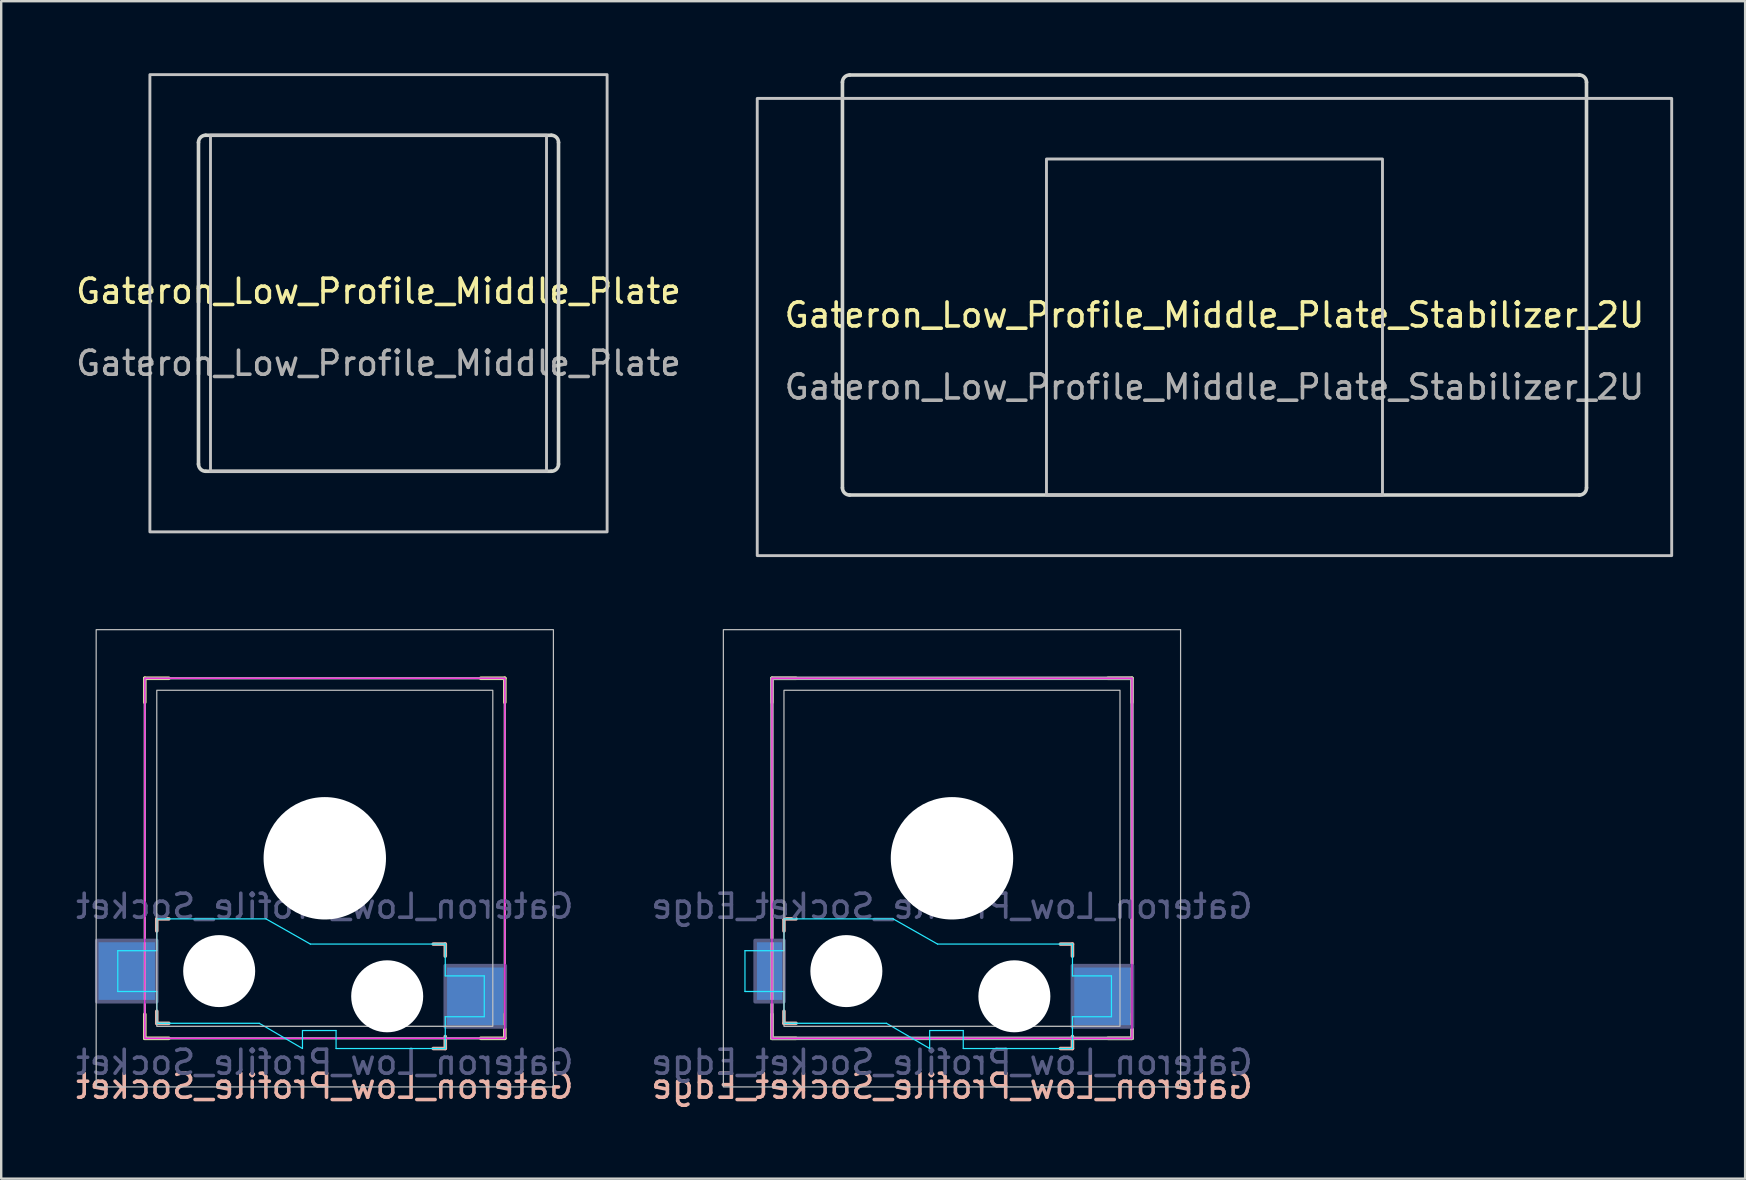
<source format=kicad_pcb>
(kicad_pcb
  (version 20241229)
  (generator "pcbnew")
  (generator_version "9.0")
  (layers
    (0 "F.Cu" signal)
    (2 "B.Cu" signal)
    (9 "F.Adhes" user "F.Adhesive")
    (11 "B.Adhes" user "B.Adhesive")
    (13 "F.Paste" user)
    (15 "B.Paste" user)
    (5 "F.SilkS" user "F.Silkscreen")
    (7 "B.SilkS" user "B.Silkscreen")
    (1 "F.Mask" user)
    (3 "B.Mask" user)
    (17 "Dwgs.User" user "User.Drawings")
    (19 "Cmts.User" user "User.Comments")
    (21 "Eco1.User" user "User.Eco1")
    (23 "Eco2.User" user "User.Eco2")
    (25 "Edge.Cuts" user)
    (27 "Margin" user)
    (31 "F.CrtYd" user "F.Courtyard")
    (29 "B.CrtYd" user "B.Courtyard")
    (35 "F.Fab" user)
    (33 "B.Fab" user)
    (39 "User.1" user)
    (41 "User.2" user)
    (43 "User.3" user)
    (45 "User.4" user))
  (footprint "Gateron_Low_Profile_Middle_Plate"
    (layer "F.Cu")
    (at 12.72 9.585)
    (property "Reference" "Gateron_Low_Profile_Middle_Plate" (at 0 -0.5 0) (unlocked yes) (layer "F.SilkS") (effects (font (size 1 1) (thickness 0.15))))
    (attr smd)
    (fp_rect (start -9.525 -9.525) (end 9.525 9.525) (stroke (width 0.12) (type default)) (fill no) (layer "Dwgs.User"))
    (fp_rect (start -7 -7) (end 7 7) (stroke (width 0.12) (type default)) (fill no) (layer "Dwgs.User"))
    (fp_line (start -7.5 6.7) (end -7.5 -6.7) (stroke (width 0.15) (type default)) (layer "Edge.Cuts"))
    (fp_line (start -7.2 -7) (end 7.2 -7) (stroke (width 0.15) (type default)) (layer "Edge.Cuts"))
    (fp_line (start 7.2 7) (end -7.2 7) (stroke (width 0.15) (type default)) (layer "Edge.Cuts"))
    (fp_line (start 7.5 -6.7) (end 7.5 6.7) (stroke (width 0.15) (type default)) (layer "Edge.Cuts"))
    (fp_arc (start -7.5 -6.7) (mid -7.412132 -6.912132) (end -7.2 -7) (stroke (width 0.15) (type default)) (layer "Edge.Cuts"))
    (fp_arc (start -7.2 7) (mid -7.412132 6.912132) (end -7.5 6.7) (stroke (width 0.15) (type default)) (layer "Edge.Cuts"))
    (fp_arc (start 7.2 -7) (mid 7.412132 -6.912132) (end 7.5 -6.7) (stroke (width 0.15) (type default)) (layer "Edge.Cuts"))
    (fp_arc (start 7.5 6.7) (mid 7.412132 6.912132) (end 7.2 7) (stroke (width 0.15) (type default)) (layer "Edge.Cuts"))
    (fp_text user "${REFERENCE}" (at 0 2.5 0) (unlocked yes) (layer "F.Fab") (effects (font (size 1 1) (thickness 0.15)))))
  (footprint "Gateron_Low_Profile_Socket"
    (layer "F.Cu")
    (at 10.482 32.71)
    (property "Reference" "Gateron_Low_Profile_Socket" (at 0 9.5 0) (layer "B.SilkS") (effects (font (size 1 1) (thickness 0.15)) (justify mirror)))
    (property "Value" "Gateron_Low_Profile_Socket" (at 0 8.5 0) (layer "F.Fab") (hide yes) (effects (font (size 1 1) (thickness 0.15))))
    (attr smd)
    (fp_line (start -7.5 -6.5) (end -7.5 -7.5) (stroke (width 0.15) (type solid)) (layer "F.SilkS"))
    (fp_line (start -7.5 7.5) (end -7.5 6.5) (stroke (width 0.15) (type solid)) (layer "F.SilkS"))
    (fp_line (start -7.5 7.5) (end -6.5 7.5) (stroke (width 0.15) (type solid)) (layer "F.SilkS"))
    (fp_line (start -6.5 -7.5) (end -7.5 -7.5) (stroke (width 0.15) (type solid)) (layer "F.SilkS"))
    (fp_line (start 6.5 7.5) (end 7.5 7.5) (stroke (width 0.15) (type solid)) (layer "F.SilkS"))
    (fp_line (start 7.5 -7.5) (end 6.5 -7.5) (stroke (width 0.15) (type solid)) (layer "F.SilkS"))
    (fp_line (start 7.5 -7.5) (end 7.5 -6.5) (stroke (width 0.15) (type solid)) (layer "F.SilkS"))
    (fp_line (start 7.5 6.5) (end 7.5 7.5) (stroke (width 0.15) (type solid)) (layer "F.SilkS"))
    (fp_line (start -7 2.525) (end -7 3.025) (stroke (width 0.15) (type default)) (layer "B.SilkS"))
    (fp_line (start -7 2.525) (end -6.5 2.525) (stroke (width 0.15) (type default)) (layer "B.SilkS"))
    (fp_line (start -7 6.375) (end -7 6.875) (stroke (width 0.15) (type default)) (layer "B.SilkS"))
    (fp_line (start -7 6.875) (end -6.5 6.875) (stroke (width 0.15) (type default)) (layer "B.SilkS"))
    (fp_line (start 4.52 3.575) (end 5.02 3.575) (stroke (width 0.15) (type default)) (layer "B.SilkS"))
    (fp_line (start 4.52 7.925) (end 5.02 7.925) (stroke (width 0.15) (type default)) (layer "B.SilkS"))
    (fp_line (start 5.02 4.075) (end 5.02 3.575) (stroke (width 0.15) (type default)) (layer "B.SilkS"))
    (fp_line (start 5.02 7.925) (end 5.02 7.425) (stroke (width 0.15) (type default)) (layer "B.SilkS"))
    (fp_rect (start -9.525 -9.525) (end 9.525 9.525) (stroke (width 0.05) (type solid)) (fill no) (layer "Dwgs.User"))
    (fp_rect (start -7 -7) (end 7 7) (stroke (width 0.05) (type solid)) (fill no) (layer "Dwgs.User"))
    (fp_line (start -8.625 3.85) (end -8.625 5.55) (stroke (width 0.05) (type solid)) (layer "B.CrtYd"))
    (fp_line (start -8.625 3.85) (end -7 3.85) (stroke (width 0.05) (type default)) (layer "B.CrtYd"))
    (fp_line (start -8.625 5.55) (end -7 5.55) (stroke (width 0.05) (type default)) (layer "B.CrtYd"))
    (fp_line (start -7 2.525) (end -2.45 2.525) (stroke (width 0.05) (type solid)) (layer "B.CrtYd"))
    (fp_line (start -7 3.85) (end -7 2.525) (stroke (width 0.05) (type default)) (layer "B.CrtYd"))
    (fp_line (start -7 5.55) (end -7 6.875) (stroke (width 0.05) (type solid)) (layer "B.CrtYd"))
    (fp_line (start -2.73 6.875) (end -7 6.875) (stroke (width 0.05) (type default)) (layer "B.CrtYd"))
    (fp_line (start -2.73 6.875) (end -0.93 7.925) (stroke (width 0.05) (type solid)) (layer "B.CrtYd"))
    (fp_line (start -0.93 7.925) (end -0.93 7.175) (stroke (width 0.05) (type solid)) (layer "B.CrtYd"))
    (fp_line (start -0.6 3.575) (end -2.45 2.525) (stroke (width 0.05) (type solid)) (layer "B.CrtYd"))
    (fp_line (start -0.6 3.575) (end 5.02 3.575) (stroke (width 0.05) (type solid)) (layer "B.CrtYd"))
    (fp_line (start 0.47 7.175) (end -0.93 7.175) (stroke (width 0.05) (type solid)) (layer "B.CrtYd"))
    (fp_line (start 0.47 7.925) (end 0.47 7.175) (stroke (width 0.05) (type solid)) (layer "B.CrtYd"))
    (fp_line (start 0.47 7.925) (end 5.02 7.925) (stroke (width 0.05) (type solid)) (layer "B.CrtYd"))
    (fp_line (start 5.02 4.9) (end 5.02 3.575) (stroke (width 0.05) (type default)) (layer "B.CrtYd"))
    (fp_line (start 5.02 6.6) (end 5.02 7.925) (stroke (width 0.05) (type solid)) (layer "B.CrtYd"))
    (fp_line (start 6.645 4.9) (end 5.02 4.9) (stroke (width 0.05) (type default)) (layer "B.CrtYd"))
    (fp_line (start 6.645 4.9) (end 6.645 6.6) (stroke (width 0.05) (type solid)) (layer "B.CrtYd"))
    (fp_line (start 6.645 6.6) (end 5.02 6.6) (stroke (width 0.05) (type default)) (layer "B.CrtYd"))
    (fp_rect (start -7.5 -7.5) (end 7.5 7.5) (stroke (width 0.05) (type default)) (fill no) (layer "F.CrtYd"))
    (fp_rect (start -9.5 3.425) (end -7 5.975) (stroke (width 0.15) (type solid)) (fill no) (layer "B.Fab"))
    (fp_rect (start 5.02 4.475) (end 7.52 7.025) (stroke (width 0.15) (type solid)) (fill no) (layer "B.Fab"))
    (fp_rect (start -7.5 -7.5) (end 7.5 7.5) (stroke (width 0.1) (type solid)) (fill no) (layer "F.Fab"))
    (fp_text user "${REFERENCE}" (at 0 2 0) (layer "B.Fab") (effects (font (size 1 1) (thickness 0.15)) (justify mirror)))
    (fp_text user "${VALUE}" (at 0 8.5 0) (layer "B.Fab") (effects (font (size 1 1) (thickness 0.15)) (justify mirror)))
    (pad "" np_thru_hole circle (at -4.4 4.7) (size 3 3) (drill 3) (layers "*.Cu" "*.Mask"))
    (pad "" np_thru_hole circle (at 0 0) (size 5.1 5.1) (drill 5.1) (layers "*.Cu" "*.Mask"))
    (pad "" np_thru_hole circle (at 2.6 5.75) (size 3 3) (drill 3) (layers "*.Cu" "*.Mask"))
    (pad "1" smd rect (at -8.25 4.7) (size 2.5 2.55) (layers "B.Cu" "B.Mask" "B.Paste"))
    (pad "2" smd rect (at 6.27 5.75) (size 2.5 2.55) (layers "B.Cu" "B.Mask" "B.Paste")))
  (footprint "Gateron_Low_Profile_Socket_Edge"
    (layer "F.Cu")
    (at 36.613 32.71)
    (property "Reference" "Gateron_Low_Profile_Socket_Edge" (at 0 9.5 0) (layer "B.SilkS") (effects (font (size 1 1) (thickness 0.15)) (justify mirror)))
    (property "Value" "Gateron_Low_Profile_Socket_Edge" (at 0 8.5 0) (layer "F.Fab") (hide yes) (effects (font (size 1 1) (thickness 0.15))))
    (attr smd)
    (fp_line (start -7.5 -6.5) (end -7.5 -7.5) (stroke (width 0.15) (type solid)) (layer "F.SilkS"))
    (fp_line (start -7.5 7.5) (end -7.5 6.5) (stroke (width 0.15) (type solid)) (layer "F.SilkS"))
    (fp_line (start -7.5 7.5) (end -6.5 7.5) (stroke (width 0.15) (type solid)) (layer "F.SilkS"))
    (fp_line (start -6.5 -7.5) (end -7.5 -7.5) (stroke (width 0.15) (type solid)) (layer "F.SilkS"))
    (fp_line (start 6.5 7.5) (end 7.5 7.5) (stroke (width 0.15) (type solid)) (layer "F.SilkS"))
    (fp_line (start 7.5 -7.5) (end 6.5 -7.5) (stroke (width 0.15) (type solid)) (layer "F.SilkS"))
    (fp_line (start 7.5 -7.5) (end 7.5 -6.5) (stroke (width 0.15) (type solid)) (layer "F.SilkS"))
    (fp_line (start 7.5 6.5) (end 7.5 7.5) (stroke (width 0.15) (type solid)) (layer "F.SilkS"))
    (fp_line (start -7 2.525) (end -7 3.025) (stroke (width 0.15) (type default)) (layer "B.SilkS"))
    (fp_line (start -7 2.525) (end -6.5 2.525) (stroke (width 0.15) (type default)) (layer "B.SilkS"))
    (fp_line (start -7 6.375) (end -7 6.875) (stroke (width 0.15) (type default)) (layer "B.SilkS"))
    (fp_line (start -7 6.875) (end -6.5 6.875) (stroke (width 0.15) (type default)) (layer "B.SilkS"))
    (fp_line (start 4.52 3.575) (end 5.02 3.575) (stroke (width 0.15) (type default)) (layer "B.SilkS"))
    (fp_line (start 4.52 7.925) (end 5.02 7.925) (stroke (width 0.15) (type default)) (layer "B.SilkS"))
    (fp_line (start 5.02 4.075) (end 5.02 3.575) (stroke (width 0.15) (type default)) (layer "B.SilkS"))
    (fp_line (start 5.02 7.925) (end 5.02 7.425) (stroke (width 0.15) (type default)) (layer "B.SilkS"))
    (fp_rect (start -9.525 -9.525) (end 9.525 9.525) (stroke (width 0.05) (type solid)) (fill no) (layer "Dwgs.User"))
    (fp_rect (start -7 -7) (end 7 7) (stroke (width 0.05) (type solid)) (fill no) (layer "Dwgs.User"))
    (fp_line (start -8.625 3.85) (end -8.625 5.55) (stroke (width 0.05) (type solid)) (layer "B.CrtYd"))
    (fp_line (start -8.625 3.85) (end -7 3.85) (stroke (width 0.05) (type default)) (layer "B.CrtYd"))
    (fp_line (start -8.625 5.55) (end -7 5.55) (stroke (width 0.05) (type default)) (layer "B.CrtYd"))
    (fp_line (start -7 2.525) (end -2.45 2.525) (stroke (width 0.05) (type solid)) (layer "B.CrtYd"))
    (fp_line (start -7 3.85) (end -7 2.525) (stroke (width 0.05) (type default)) (layer "B.CrtYd"))
    (fp_line (start -7 5.55) (end -7 6.875) (stroke (width 0.05) (type solid)) (layer "B.CrtYd"))
    (fp_line (start -2.73 6.875) (end -7 6.875) (stroke (width 0.05) (type default)) (layer "B.CrtYd"))
    (fp_line (start -2.73 6.875) (end -0.93 7.925) (stroke (width 0.05) (type solid)) (layer "B.CrtYd"))
    (fp_line (start -0.93 7.925) (end -0.93 7.175) (stroke (width 0.05) (type solid)) (layer "B.CrtYd"))
    (fp_line (start -0.6 3.575) (end -2.45 2.525) (stroke (width 0.05) (type solid)) (layer "B.CrtYd"))
    (fp_line (start -0.6 3.575) (end 5.02 3.575) (stroke (width 0.05) (type solid)) (layer "B.CrtYd"))
    (fp_line (start 0.47 7.175) (end -0.93 7.175) (stroke (width 0.05) (type solid)) (layer "B.CrtYd"))
    (fp_line (start 0.47 7.925) (end 0.47 7.175) (stroke (width 0.05) (type solid)) (layer "B.CrtYd"))
    (fp_line (start 0.47 7.925) (end 5.02 7.925) (stroke (width 0.05) (type solid)) (layer "B.CrtYd"))
    (fp_line (start 5.02 4.9) (end 5.02 3.575) (stroke (width 0.05) (type default)) (layer "B.CrtYd"))
    (fp_line (start 5.02 6.6) (end 5.02 7.925) (stroke (width 0.05) (type solid)) (layer "B.CrtYd"))
    (fp_line (start 6.645 4.9) (end 5.02 4.9) (stroke (width 0.05) (type default)) (layer "B.CrtYd"))
    (fp_line (start 6.645 4.9) (end 6.645 6.6) (stroke (width 0.05) (type solid)) (layer "B.CrtYd"))
    (fp_line (start 6.645 6.6) (end 5.02 6.6) (stroke (width 0.05) (type default)) (layer "B.CrtYd"))
    (fp_rect (start -7.5 -7.5) (end 7.5 7.5) (stroke (width 0.05) (type default)) (fill no) (layer "F.CrtYd"))
    (fp_rect (start -8.2 3.425) (end -7 5.975) (stroke (width 0.15) (type solid)) (fill no) (layer "B.Fab"))
    (fp_rect (start 5.02 4.475) (end 7.52 7.025) (stroke (width 0.15) (type solid)) (fill no) (layer "B.Fab"))
    (fp_rect (start -7.5 -7.5) (end 7.5 7.5) (stroke (width 0.15) (type solid)) (fill no) (layer "F.Fab"))
    (fp_text user "${VALUE}" (at 0 8.5 0) (layer "B.Fab") (effects (font (size 1 1) (thickness 0.15)) (justify mirror)))
    (fp_text user "${REFERENCE}" (at 0 2 0) (layer "B.Fab") (effects (font (size 1 1) (thickness 0.15)) (justify mirror)))
    (pad "" np_thru_hole circle (at -4.4 4.7) (size 3 3) (drill 3) (layers "*.Cu" "*.Mask"))
    (pad "" np_thru_hole circle (at 0 0) (size 5.1 5.1) (drill 5.1) (layers "*.Cu" "*.Mask"))
    (pad "" np_thru_hole circle (at 2.6 5.75) (size 3 3) (drill 3) (layers "*.Cu" "*.Mask"))
    (pad "1" smd rect (at -7.6 4.7) (size 1.2 2.55) (layers "B.Cu" "B.Mask" "B.Paste"))
    (pad "2" smd rect (at 6.27 5.75) (size 2.5 2.55) (layers "B.Cu" "B.Mask" "B.Paste")))
  (footprint "Gateron_Low_Profile_Middle_Plate_Stabilizer_2U"
    (layer "F.Cu")
    (at 47.55 10.575)
    (property "Reference" "Gateron_Low_Profile_Middle_Plate_Stabilizer_2U" (at 0 -0.5 0) (unlocked yes) (layer "F.SilkS") (effects (font (size 1 1) (thickness 0.15))))
    (attr smd)
    (fp_rect (start -19.05 -9.525) (end 19.05 9.525) (stroke (width 0.12) (type default)) (fill no) (layer "Dwgs.User"))
    (fp_rect (start -7 -7) (end 7 7) (stroke (width 0.12) (type default)) (fill no) (layer "Dwgs.User"))
    (fp_line (start -15.5 6.7) (end -15.5 -10.2) (stroke (width 0.15) (type default)) (layer "Edge.Cuts"))
    (fp_line (start -15.2 -10.5) (end 15.2 -10.5) (stroke (width 0.15) (type default)) (layer "Edge.Cuts"))
    (fp_line (start 15.2 7) (end -15.2 7) (stroke (width 0.15) (type default)) (layer "Edge.Cuts"))
    (fp_line (start 15.5 -10.2) (end 15.5 6.7) (stroke (width 0.15) (type default)) (layer "Edge.Cuts"))
    (fp_arc (start -15.5 -10.2) (mid -15.412132 -10.412132) (end -15.2 -10.5) (stroke (width 0.15) (type default)) (layer "Edge.Cuts"))
    (fp_arc (start -15.2 7) (mid -15.412132 6.912132) (end -15.5 6.7) (stroke (width 0.15) (type default)) (layer "Edge.Cuts"))
    (fp_arc (start 15.2 -10.5) (mid 15.412132 -10.412132) (end 15.5 -10.2) (stroke (width 0.15) (type default)) (layer "Edge.Cuts"))
    (fp_arc (start 15.5 6.7) (mid 15.412132 6.912132) (end 15.2 7) (stroke (width 0.15) (type default)) (layer "Edge.Cuts"))
    (fp_text user "${REFERENCE}" (at 0 2.5 0) (unlocked yes) (layer "F.Fab") (effects (font (size 1 1) (thickness 0.15)))))
  (gr_rect
    (start -3 -3)
    (end 69.66 46.058)
    (stroke (width 0.1) (type default))
    (fill no)
    (layer "Edge.Cuts")))
</source>
